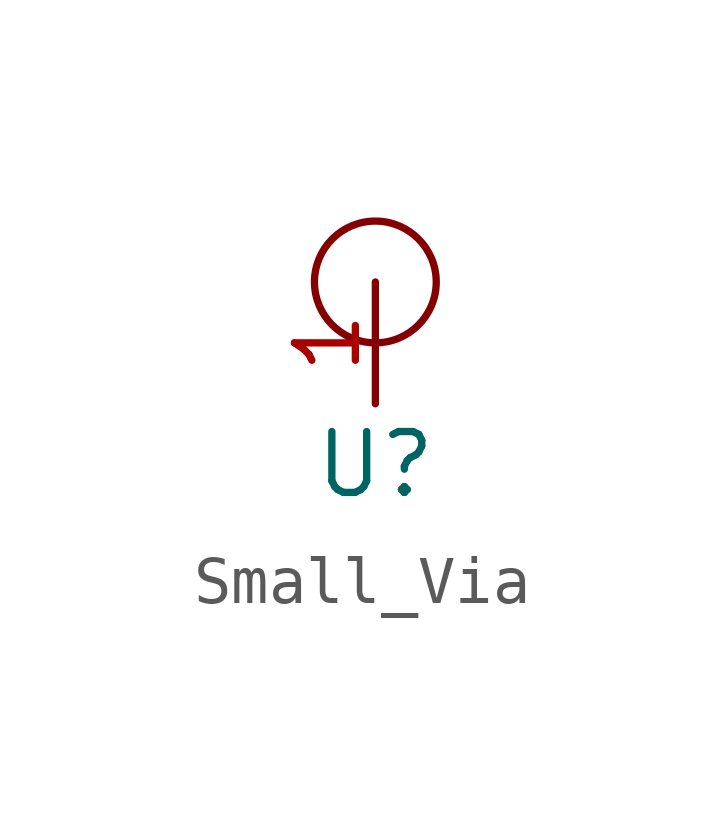
<source format=kicad_sym>
(kicad_symbol_lib
  (version 20220914)
  (generator kicad_symbol_editor)
  (symbol "Small_Via"
    (property "Reference" "U"
      (at 0 0 0)
      (effects (font (size 1.27 1.27))))
    (property "Value" ""
      (at 0 0 0)
      (effects (font (size 1.27 1.27))))
    (symbol "Small_Via_0_1"
      (circle (center 0 3.81) (radius 1.27) (stroke (width 0) (type default)) (fill (type none))))
    (symbol "Small_Via_1_1"
      (pin bidirectional line (at 0 1.27 90) (length 2.54) (name "" (effects (font (size 1.27 1.27)))) (number "1" (effects (font (size 1.27 1.27))))))))
</source>
